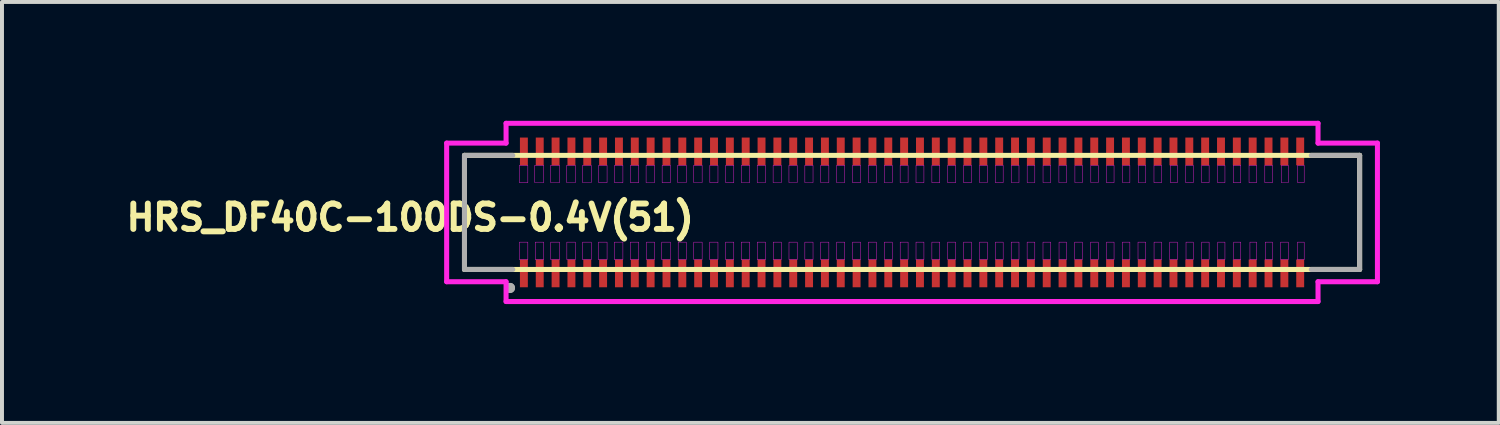
<source format=kicad_pcb>
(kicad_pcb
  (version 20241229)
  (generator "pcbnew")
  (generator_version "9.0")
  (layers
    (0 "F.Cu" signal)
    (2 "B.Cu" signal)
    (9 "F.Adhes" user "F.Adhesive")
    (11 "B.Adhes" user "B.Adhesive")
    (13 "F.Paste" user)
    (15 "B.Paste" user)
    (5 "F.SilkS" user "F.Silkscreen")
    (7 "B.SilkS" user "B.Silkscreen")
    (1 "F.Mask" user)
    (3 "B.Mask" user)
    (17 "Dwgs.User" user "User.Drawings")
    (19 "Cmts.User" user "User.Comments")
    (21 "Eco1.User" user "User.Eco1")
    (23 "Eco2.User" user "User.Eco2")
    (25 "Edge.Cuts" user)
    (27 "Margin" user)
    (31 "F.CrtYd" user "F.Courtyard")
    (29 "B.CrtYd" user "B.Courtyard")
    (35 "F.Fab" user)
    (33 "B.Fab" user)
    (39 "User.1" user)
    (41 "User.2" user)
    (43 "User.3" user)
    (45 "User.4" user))
  (footprint "HRS_DF40C-100DS-0.4V(51)"
    (layer "F.Cu")
    (at 19.977 2.313)
    (property "Reference" "HRS_DF40C-100DS-0.4V(51)" (at -12.671 0.128 180) (layer "F.SilkS") (effects (font (size 0.641 0.641) (thickness 0.15))))
    (attr through_hole)
    (fp_line (start -11.3 -1.44) (end 11.3 -1.44) (stroke (width 0.127) (type solid)) (layer "F.SilkS"))
    (fp_line (start -11.3 1.44) (end -11.3 -1.44) (stroke (width 0.127) (type solid)) (layer "F.SilkS"))
    (fp_line (start 11.3 -1.44) (end 11.3 1.44) (stroke (width 0.127) (type solid)) (layer "F.SilkS"))
    (fp_line (start 11.3 1.44) (end -11.3 1.44) (stroke (width 0.127) (type solid)) (layer "F.SilkS"))
    (fp_line (start -11.75 -1.75) (end -11.75 1.75) (stroke (width 0.127) (type solid)) (layer "F.CrtYd"))
    (fp_line (start -11.75 1.75) (end -10.25 1.75) (stroke (width 0.127) (type solid)) (layer "F.CrtYd"))
    (fp_line (start -10.25 -2.25) (end -10.25 -1.75) (stroke (width 0.127) (type solid)) (layer "F.CrtYd"))
    (fp_line (start -10.25 -1.75) (end -11.75 -1.75) (stroke (width 0.127) (type solid)) (layer "F.CrtYd"))
    (fp_line (start -10.25 1.75) (end -10.25 2.25) (stroke (width 0.127) (type solid)) (layer "F.CrtYd"))
    (fp_line (start -10.25 2.25) (end 10.25 2.25) (stroke (width 0.127) (type solid)) (layer "F.CrtYd"))
    (fp_line (start 10.25 -2.25) (end -10.25 -2.25) (stroke (width 0.127) (type solid)) (layer "F.CrtYd"))
    (fp_line (start 10.25 -1.75) (end 10.25 -2.25) (stroke (width 0.127) (type solid)) (layer "F.CrtYd"))
    (fp_line (start 10.25 1.75) (end 11.75 1.75) (stroke (width 0.127) (type solid)) (layer "F.CrtYd"))
    (fp_line (start 10.25 2.25) (end 10.25 1.75) (stroke (width 0.127) (type solid)) (layer "F.CrtYd"))
    (fp_line (start 11.75 -1.75) (end 10.25 -1.75) (stroke (width 0.127) (type solid)) (layer "F.CrtYd"))
    (fp_line (start 11.75 1.75) (end 11.75 -1.75) (stroke (width 0.127) (type solid)) (layer "F.CrtYd"))
    (fp_poly (pts (xy -9.914 -1.19) (xy -9.7 -1.19) (xy -9.7 -0.751) (xy -9.914 -0.751)) (stroke (width 0.01) (type solid)) (fill no) (layer "F.CrtYd"))
    (fp_poly (pts (xy -9.914 0.75) (xy -9.7 0.75) (xy -9.7 1.192) (xy -9.914 1.192)) (stroke (width 0.01) (type solid)) (fill no) (layer "F.CrtYd"))
    (fp_poly (pts (xy -9.525 -1.19) (xy -9.3 -1.19) (xy -9.3 -0.752) (xy -9.525 -0.752)) (stroke (width 0.01) (type solid)) (fill no) (layer "F.CrtYd"))
    (fp_poly (pts (xy -9.514 0.75) (xy -9.3 0.75) (xy -9.3 1.192) (xy -9.514 1.192)) (stroke (width 0.01) (type solid)) (fill no) (layer "F.CrtYd"))
    (fp_poly (pts (xy -9.124 -1.19) (xy -8.9 -1.19) (xy -8.9 -0.752) (xy -9.124 -0.752)) (stroke (width 0.01) (type solid)) (fill no) (layer "F.CrtYd"))
    (fp_poly (pts (xy -9.122 0.75) (xy -8.9 0.75) (xy -8.9 1.193) (xy -9.122 1.193)) (stroke (width 0.01) (type solid)) (fill no) (layer "F.CrtYd"))
    (fp_poly (pts (xy -8.719 -1.19) (xy -8.5 -1.19) (xy -8.5 -0.752) (xy -8.719 -0.752)) (stroke (width 0.01) (type solid)) (fill no) (layer "F.CrtYd"))
    (fp_poly (pts (xy -8.715 0.75) (xy -8.5 0.75) (xy -8.5 1.192) (xy -8.715 1.192)) (stroke (width 0.01) (type solid)) (fill no) (layer "F.CrtYd"))
    (fp_poly (pts (xy -8.319 0.75) (xy -8.1 0.75) (xy -8.1 1.193) (xy -8.319 1.193)) (stroke (width 0.01) (type solid)) (fill no) (layer "F.CrtYd"))
    (fp_poly (pts (xy -8.318 -1.19) (xy -8.1 -1.19) (xy -8.1 -0.752) (xy -8.318 -0.752)) (stroke (width 0.01) (type solid)) (fill no) (layer "F.CrtYd"))
    (fp_poly (pts (xy -7.919 0.75) (xy -7.7 0.75) (xy -7.7 1.193) (xy -7.919 1.193)) (stroke (width 0.01) (type solid)) (fill no) (layer "F.CrtYd"))
    (fp_poly (pts (xy -7.912 -1.19) (xy -7.7 -1.19) (xy -7.7 -0.751) (xy -7.912 -0.751)) (stroke (width 0.01) (type solid)) (fill no) (layer "F.CrtYd"))
    (fp_poly (pts (xy -7.517 0.75) (xy -7.3 0.75) (xy -7.3 1.193) (xy -7.517 1.193)) (stroke (width 0.01) (type solid)) (fill no) (layer "F.CrtYd"))
    (fp_poly (pts (xy -7.512 -1.19) (xy -7.3 -1.19) (xy -7.3 -0.751) (xy -7.512 -0.751)) (stroke (width 0.01) (type solid)) (fill no) (layer "F.CrtYd"))
    (fp_poly (pts (xy -7.114 0.75) (xy -6.9 0.75) (xy -6.9 1.192) (xy -7.114 1.192)) (stroke (width 0.01) (type solid)) (fill no) (layer "F.CrtYd"))
    (fp_poly (pts (xy -7.11 -1.19) (xy -6.9 -1.19) (xy -6.9 -0.751) (xy -7.11 -0.751)) (stroke (width 0.01) (type solid)) (fill no) (layer "F.CrtYd"))
    (fp_poly (pts (xy -6.715 -1.19) (xy -6.5 -1.19) (xy -6.5 -0.752) (xy -6.715 -0.752)) (stroke (width 0.01) (type solid)) (fill no) (layer "F.CrtYd"))
    (fp_poly (pts (xy -6.706 0.75) (xy -6.5 0.75) (xy -6.5 1.191) (xy -6.706 1.191)) (stroke (width 0.01) (type solid)) (fill no) (layer "F.CrtYd"))
    (fp_poly (pts (xy -6.319 0.75) (xy -6.1 0.75) (xy -6.1 1.194) (xy -6.319 1.194)) (stroke (width 0.01) (type solid)) (fill no) (layer "F.CrtYd"))
    (fp_poly (pts (xy -6.31 -1.19) (xy -6.1 -1.19) (xy -6.1 -0.751) (xy -6.31 -0.751)) (stroke (width 0.01) (type solid)) (fill no) (layer "F.CrtYd"))
    (fp_poly (pts (xy -5.918 -1.19) (xy -5.7 -1.19) (xy -5.7 -0.752) (xy -5.918 -0.752)) (stroke (width 0.01) (type solid)) (fill no) (layer "F.CrtYd"))
    (fp_poly (pts (xy -5.905 0.75) (xy -5.7 0.75) (xy -5.7 1.191) (xy -5.905 1.191)) (stroke (width 0.01) (type solid)) (fill no) (layer "F.CrtYd"))
    (fp_poly (pts (xy -5.513 -1.19) (xy -5.3 -1.19) (xy -5.3 -0.752) (xy -5.513 -0.752)) (stroke (width 0.01) (type solid)) (fill no) (layer "F.CrtYd"))
    (fp_poly (pts (xy -5.511 0.75) (xy -5.3 0.75) (xy -5.3 1.192) (xy -5.511 1.192)) (stroke (width 0.01) (type solid)) (fill no) (layer "F.CrtYd"))
    (fp_poly (pts (xy -5.11 0.75) (xy -4.9 0.75) (xy -4.9 1.192) (xy -5.11 1.192)) (stroke (width 0.01) (type solid)) (fill no) (layer "F.CrtYd"))
    (fp_poly (pts (xy -5.105 -1.19) (xy -4.9 -1.19) (xy -4.9 -0.751) (xy -5.105 -0.751)) (stroke (width 0.01) (type solid)) (fill no) (layer "F.CrtYd"))
    (fp_poly (pts (xy -4.709 0.75) (xy -4.5 0.75) (xy -4.5 1.192) (xy -4.709 1.192)) (stroke (width 0.01) (type solid)) (fill no) (layer "F.CrtYd"))
    (fp_poly (pts (xy -4.705 -1.19) (xy -4.5 -1.19) (xy -4.5 -0.751) (xy -4.705 -0.751)) (stroke (width 0.01) (type solid)) (fill no) (layer "F.CrtYd"))
    (fp_poly (pts (xy -4.313 0.75) (xy -4.1 0.75) (xy -4.1 1.194) (xy -4.313 1.194)) (stroke (width 0.01) (type solid)) (fill no) (layer "F.CrtYd"))
    (fp_poly (pts (xy -4.31 -1.19) (xy -4.1 -1.19) (xy -4.1 -0.752) (xy -4.31 -0.752)) (stroke (width 0.01) (type solid)) (fill no) (layer "F.CrtYd"))
    (fp_poly (pts (xy -3.91 -1.19) (xy -3.7 -1.19) (xy -3.7 -0.752) (xy -3.91 -0.752)) (stroke (width 0.01) (type solid)) (fill no) (layer "F.CrtYd"))
    (fp_poly (pts (xy -3.909 0.75) (xy -3.7 0.75) (xy -3.7 1.193) (xy -3.909 1.193)) (stroke (width 0.01) (type solid)) (fill no) (layer "F.CrtYd"))
    (fp_poly (pts (xy -3.508 -1.19) (xy -3.3 -1.19) (xy -3.3 -0.752) (xy -3.508 -0.752)) (stroke (width 0.01) (type solid)) (fill no) (layer "F.CrtYd"))
    (fp_poly (pts (xy -3.505 0.75) (xy -3.3 0.75) (xy -3.3 1.192) (xy -3.505 1.192)) (stroke (width 0.01) (type solid)) (fill no) (layer "F.CrtYd"))
    (fp_poly (pts (xy -3.108 -1.19) (xy -2.9 -1.19) (xy -2.9 -0.752) (xy -3.108 -0.752)) (stroke (width 0.01) (type solid)) (fill no) (layer "F.CrtYd"))
    (fp_poly (pts (xy -3.107 0.75) (xy -2.9 0.75) (xy -2.9 1.193) (xy -3.107 1.193)) (stroke (width 0.01) (type solid)) (fill no) (layer "F.CrtYd"))
    (fp_poly (pts (xy -2.706 0.75) (xy -2.5 0.75) (xy -2.5 1.193) (xy -2.706 1.193)) (stroke (width 0.01) (type solid)) (fill no) (layer "F.CrtYd"))
    (fp_poly (pts (xy -2.706 -1.19) (xy -2.5 -1.19) (xy -2.5 -0.752) (xy -2.706 -0.752)) (stroke (width 0.01) (type solid)) (fill no) (layer "F.CrtYd"))
    (fp_poly (pts (xy -2.307 0.75) (xy -2.1 0.75) (xy -2.1 1.194) (xy -2.307 1.194)) (stroke (width 0.01) (type solid)) (fill no) (layer "F.CrtYd"))
    (fp_poly (pts (xy -2.306 -1.19) (xy -2.1 -1.19) (xy -2.1 -0.752) (xy -2.306 -0.752)) (stroke (width 0.01) (type solid)) (fill no) (layer "F.CrtYd"))
    (fp_poly (pts (xy -1.905 -1.19) (xy -1.7 -1.19) (xy -1.7 -0.752) (xy -1.905 -0.752)) (stroke (width 0.01) (type solid)) (fill no) (layer "F.CrtYd"))
    (fp_poly (pts (xy -1.903 0.75) (xy -1.7 0.75) (xy -1.7 1.192) (xy -1.903 1.192)) (stroke (width 0.01) (type solid)) (fill no) (layer "F.CrtYd"))
    (fp_poly (pts (xy -1.503 0.75) (xy -1.3 0.75) (xy -1.3 1.192) (xy -1.503 1.192)) (stroke (width 0.01) (type solid)) (fill no) (layer "F.CrtYd"))
    (fp_poly (pts (xy -1.502 -1.19) (xy -1.3 -1.19) (xy -1.3 -0.751) (xy -1.502 -0.751)) (stroke (width 0.01) (type solid)) (fill no) (layer "F.CrtYd"))
    (fp_poly (pts (xy -1.103 -1.19) (xy -0.9 -1.19) (xy -0.9 -0.752) (xy -1.103 -0.752)) (stroke (width 0.01) (type solid)) (fill no) (layer "F.CrtYd"))
    (fp_poly (pts (xy -1.103 0.75) (xy -0.9 0.75) (xy -0.9 1.193) (xy -1.103 1.193)) (stroke (width 0.01) (type solid)) (fill no) (layer "F.CrtYd"))
    (fp_poly (pts (xy -0.702 -1.19) (xy -0.5 -1.19) (xy -0.5 -0.752) (xy -0.702 -0.752)) (stroke (width 0.01) (type solid)) (fill no) (layer "F.CrtYd"))
    (fp_poly (pts (xy -0.7 0.75) (xy -0.5 0.75) (xy -0.5 1.19) (xy -0.7 1.19)) (stroke (width 0.01) (type solid)) (fill no) (layer "F.CrtYd"))
    (fp_poly (pts (xy -0.301 -1.19) (xy -0.1 -1.19) (xy -0.1 -0.752) (xy -0.301 -0.752)) (stroke (width 0.01) (type solid)) (fill no) (layer "F.CrtYd"))
    (fp_poly (pts (xy -0.3 0.75) (xy -0.1 0.75) (xy -0.1 1.191) (xy -0.3 1.191)) (stroke (width 0.01) (type solid)) (fill no) (layer "F.CrtYd"))
    (fp_poly (pts (xy 0.1 -1.19) (xy 0.3 -1.19) (xy 0.3 -0.751) (xy 0.1 -0.751)) (stroke (width 0.01) (type solid)) (fill no) (layer "F.CrtYd"))
    (fp_poly (pts (xy 0.1 0.75) (xy 0.3 0.75) (xy 0.3 1.193) (xy 0.1 1.193)) (stroke (width 0.01) (type solid)) (fill no) (layer "F.CrtYd"))
    (fp_poly (pts (xy 0.501 -1.19) (xy 0.7 -1.19) (xy 0.7 -0.751) (xy 0.501 -0.751)) (stroke (width 0.01) (type solid)) (fill no) (layer "F.CrtYd"))
    (fp_poly (pts (xy 0.501 0.75) (xy 0.7 0.75) (xy 0.7 1.193) (xy 0.501 1.193)) (stroke (width 0.01) (type solid)) (fill no) (layer "F.CrtYd"))
    (fp_poly (pts (xy 0.9 -1.19) (xy 1.1 -1.19) (xy 1.1 -0.75) (xy 0.9 -0.75)) (stroke (width 0.01) (type solid)) (fill no) (layer "F.CrtYd"))
    (fp_poly (pts (xy 0.901 0.75) (xy 1.1 0.75) (xy 1.1 1.191) (xy 0.901 1.191)) (stroke (width 0.01) (type solid)) (fill no) (layer "F.CrtYd"))
    (fp_poly (pts (xy 1.301 -1.19) (xy 1.5 -1.19) (xy 1.5 -0.751) (xy 1.301 -0.751)) (stroke (width 0.01) (type solid)) (fill no) (layer "F.CrtYd"))
    (fp_poly (pts (xy 1.301 0.75) (xy 1.5 0.75) (xy 1.5 1.191) (xy 1.301 1.191)) (stroke (width 0.01) (type solid)) (fill no) (layer "F.CrtYd"))
    (fp_poly (pts (xy 1.703 0.75) (xy 1.9 0.75) (xy 1.9 1.192) (xy 1.703 1.192)) (stroke (width 0.01) (type solid)) (fill no) (layer "F.CrtYd"))
    (fp_poly (pts (xy 1.704 -1.19) (xy 1.9 -1.19) (xy 1.9 -0.752) (xy 1.704 -0.752)) (stroke (width 0.01) (type solid)) (fill no) (layer "F.CrtYd"))
    (fp_poly (pts (xy 2.103 -1.19) (xy 2.3 -1.19) (xy 2.3 -0.751) (xy 2.103 -0.751)) (stroke (width 0.01) (type solid)) (fill no) (layer "F.CrtYd"))
    (fp_poly (pts (xy 2.104 0.75) (xy 2.3 0.75) (xy 2.3 1.192) (xy 2.104 1.192)) (stroke (width 0.01) (type solid)) (fill no) (layer "F.CrtYd"))
    (fp_poly (pts (xy 2.503 0.75) (xy 2.7 0.75) (xy 2.7 1.191) (xy 2.503 1.191)) (stroke (width 0.01) (type solid)) (fill no) (layer "F.CrtYd"))
    (fp_poly (pts (xy 2.507 -1.19) (xy 2.7 -1.19) (xy 2.7 -0.752) (xy 2.507 -0.752)) (stroke (width 0.01) (type solid)) (fill no) (layer "F.CrtYd"))
    (fp_poly (pts (xy 2.905 0.75) (xy 3.1 0.75) (xy 3.1 1.192) (xy 2.905 1.192)) (stroke (width 0.01) (type solid)) (fill no) (layer "F.CrtYd"))
    (fp_poly (pts (xy 2.906 -1.19) (xy 3.1 -1.19) (xy 3.1 -0.752) (xy 2.906 -0.752)) (stroke (width 0.01) (type solid)) (fill no) (layer "F.CrtYd"))
    (fp_poly (pts (xy 3.306 0.75) (xy 3.5 0.75) (xy 3.5 1.192) (xy 3.306 1.192)) (stroke (width 0.01) (type solid)) (fill no) (layer "F.CrtYd"))
    (fp_poly (pts (xy 3.307 -1.19) (xy 3.5 -1.19) (xy 3.5 -0.752) (xy 3.307 -0.752)) (stroke (width 0.01) (type solid)) (fill no) (layer "F.CrtYd"))
    (fp_poly (pts (xy 3.708 -1.19) (xy 3.9 -1.19) (xy 3.9 -0.752) (xy 3.708 -0.752)) (stroke (width 0.01) (type solid)) (fill no) (layer "F.CrtYd"))
    (fp_poly (pts (xy 3.711 0.75) (xy 3.9 0.75) (xy 3.9 1.193) (xy 3.711 1.193)) (stroke (width 0.01) (type solid)) (fill no) (layer "F.CrtYd"))
    (fp_poly (pts (xy 4.105 0.75) (xy 4.3 0.75) (xy 4.3 1.191) (xy 4.105 1.191)) (stroke (width 0.01) (type solid)) (fill no) (layer "F.CrtYd"))
    (fp_poly (pts (xy 4.112 -1.19) (xy 4.3 -1.19) (xy 4.3 -0.752) (xy 4.112 -0.752)) (stroke (width 0.01) (type solid)) (fill no) (layer "F.CrtYd"))
    (fp_poly (pts (xy 4.508 0.75) (xy 4.7 0.75) (xy 4.7 1.192) (xy 4.508 1.192)) (stroke (width 0.01) (type solid)) (fill no) (layer "F.CrtYd"))
    (fp_poly (pts (xy 4.514 -1.19) (xy 4.7 -1.19) (xy 4.7 -0.752) (xy 4.514 -0.752)) (stroke (width 0.01) (type solid)) (fill no) (layer "F.CrtYd"))
    (fp_poly (pts (xy 4.908 -1.19) (xy 5.1 -1.19) (xy 5.1 -0.751) (xy 4.908 -0.751)) (stroke (width 0.01) (type solid)) (fill no) (layer "F.CrtYd"))
    (fp_poly (pts (xy 4.909 0.75) (xy 5.1 0.75) (xy 5.1 1.192) (xy 4.909 1.192)) (stroke (width 0.01) (type solid)) (fill no) (layer "F.CrtYd"))
    (fp_poly (pts (xy 5.31 0.75) (xy 5.5 0.75) (xy 5.5 1.192) (xy 5.31 1.192)) (stroke (width 0.01) (type solid)) (fill no) (layer "F.CrtYd"))
    (fp_poly (pts (xy 5.315 -1.19) (xy 5.5 -1.19) (xy 5.5 -0.752) (xy 5.315 -0.752)) (stroke (width 0.01) (type solid)) (fill no) (layer "F.CrtYd"))
    (fp_poly (pts (xy 5.705 0.75) (xy 5.9 0.75) (xy 5.9 1.191) (xy 5.705 1.191)) (stroke (width 0.01) (type solid)) (fill no) (layer "F.CrtYd"))
    (fp_poly (pts (xy 5.714 -1.19) (xy 5.9 -1.19) (xy 5.9 -0.752) (xy 5.714 -0.752)) (stroke (width 0.01) (type solid)) (fill no) (layer "F.CrtYd"))
    (fp_poly (pts (xy 6.108 -1.19) (xy 6.3 -1.19) (xy 6.3 -0.751) (xy 6.108 -0.751)) (stroke (width 0.01) (type solid)) (fill no) (layer "F.CrtYd"))
    (fp_poly (pts (xy 6.11 0.75) (xy 6.3 0.75) (xy 6.3 1.192) (xy 6.11 1.192)) (stroke (width 0.01) (type solid)) (fill no) (layer "F.CrtYd"))
    (fp_poly (pts (xy 6.506 0.75) (xy 6.7 0.75) (xy 6.7 1.191) (xy 6.506 1.191)) (stroke (width 0.01) (type solid)) (fill no) (layer "F.CrtYd"))
    (fp_poly (pts (xy 6.522 -1.19) (xy 6.7 -1.19) (xy 6.7 -0.753) (xy 6.522 -0.753)) (stroke (width 0.01) (type solid)) (fill no) (layer "F.CrtYd"))
    (fp_poly (pts (xy 6.909 -1.19) (xy 7.1 -1.19) (xy 7.1 -0.751) (xy 6.909 -0.751)) (stroke (width 0.01) (type solid)) (fill no) (layer "F.CrtYd"))
    (fp_poly (pts (xy 6.917 0.75) (xy 7.1 0.75) (xy 7.1 1.193) (xy 6.917 1.193)) (stroke (width 0.01) (type solid)) (fill no) (layer "F.CrtYd"))
    (fp_poly (pts (xy 7.312 -1.19) (xy 7.5 -1.19) (xy 7.5 -0.751) (xy 7.312 -0.751)) (stroke (width 0.01) (type solid)) (fill no) (layer "F.CrtYd"))
    (fp_poly (pts (xy 7.312 0.75) (xy 7.5 0.75) (xy 7.5 1.192) (xy 7.312 1.192)) (stroke (width 0.01) (type solid)) (fill no) (layer "F.CrtYd"))
    (fp_poly (pts (xy 7.714 -1.19) (xy 7.9 -1.19) (xy 7.9 -0.751) (xy 7.714 -0.751)) (stroke (width 0.01) (type solid)) (fill no) (layer "F.CrtYd"))
    (fp_poly (pts (xy 7.719 0.75) (xy 7.9 0.75) (xy 7.9 1.193) (xy 7.719 1.193)) (stroke (width 0.01) (type solid)) (fill no) (layer "F.CrtYd"))
    (fp_poly (pts (xy 8.11 -1.19) (xy 8.3 -1.19) (xy 8.3 -0.751) (xy 8.11 -0.751)) (stroke (width 0.01) (type solid)) (fill no) (layer "F.CrtYd"))
    (fp_poly (pts (xy 8.121 0.75) (xy 8.3 0.75) (xy 8.3 1.193) (xy 8.121 1.193)) (stroke (width 0.01) (type solid)) (fill no) (layer "F.CrtYd"))
    (fp_poly (pts (xy 8.508 -1.19) (xy 8.7 -1.19) (xy 8.7 -0.751) (xy 8.508 -0.751)) (stroke (width 0.01) (type solid)) (fill no) (layer "F.CrtYd"))
    (fp_poly (pts (xy 8.531 0.75) (xy 8.7 0.75) (xy 8.7 1.194) (xy 8.531 1.194)) (stroke (width 0.01) (type solid)) (fill no) (layer "F.CrtYd"))
    (fp_poly (pts (xy 8.907 -1.19) (xy 9.1 -1.19) (xy 9.1 -0.751) (xy 8.907 -0.751)) (stroke (width 0.01) (type solid)) (fill no) (layer "F.CrtYd"))
    (fp_poly (pts (xy 8.917 0.75) (xy 9.1 0.75) (xy 9.1 1.192) (xy 8.917 1.192)) (stroke (width 0.01) (type solid)) (fill no) (layer "F.CrtYd"))
    (fp_poly (pts (xy 9.305 0.75) (xy 9.5 0.75) (xy 9.5 1.191) (xy 9.305 1.191)) (stroke (width 0.01) (type solid)) (fill no) (layer "F.CrtYd"))
    (fp_poly (pts (xy 9.323 -1.19) (xy 9.5 -1.19) (xy 9.5 -0.752) (xy 9.323 -0.752)) (stroke (width 0.01) (type solid)) (fill no) (layer "F.CrtYd"))
    (fp_poly (pts (xy 9.73 0.75) (xy 9.9 0.75) (xy 9.9 1.194) (xy 9.73 1.194)) (stroke (width 0.01) (type solid)) (fill no) (layer "F.CrtYd"))
    (fp_poly (pts (xy 9.734 -1.19) (xy 9.9 -1.19) (xy 9.9 -0.753) (xy 9.734 -0.753)) (stroke (width 0.01) (type solid)) (fill no) (layer "F.CrtYd"))
    (fp_line (start -11.3 -1.44) (end -10.08 -1.44) (stroke (width 0.127) (type solid)) (layer "F.Fab"))
    (fp_line (start -11.3 1.44) (end -11.3 -1.44) (stroke (width 0.127) (type solid)) (layer "F.Fab"))
    (fp_line (start -10.16 1.905) (end -10.149 1.905) (stroke (width 0.25) (type solid)) (layer "F.Fab"))
    (fp_line (start -10.149 1.905) (end -10.149 1.911) (stroke (width 0.25) (type solid)) (layer "F.Fab"))
    (fp_line (start -10.08 1.44) (end -11.3 1.44) (stroke (width 0.127) (type solid)) (layer "F.Fab"))
    (fp_line (start 10.08 -1.44) (end 11.3 -1.44) (stroke (width 0.127) (type solid)) (layer "F.Fab"))
    (fp_line (start 11.3 -1.44) (end 11.3 1.44) (stroke (width 0.127) (type solid)) (layer "F.Fab"))
    (fp_line (start 11.3 1.44) (end 10.08 1.44) (stroke (width 0.127) (type solid)) (layer "F.Fab"))
    (pad "1" smd rect (at -9.8 1.54 180) (size 0.2 0.7) (layers "F.Cu" "F.Mask" "F.Paste"))
    (pad "2" smd rect (at -9.8 -1.54) (size 0.2 0.7) (layers "F.Cu" "F.Mask" "F.Paste"))
    (pad "3" smd rect (at -9.4 1.54 180) (size 0.2 0.7) (layers "F.Cu" "F.Mask" "F.Paste"))
    (pad "4" smd rect (at -9.4 -1.54) (size 0.2 0.7) (layers "F.Cu" "F.Mask" "F.Paste"))
    (pad "5" smd rect (at -9 1.54 180) (size 0.2 0.7) (layers "F.Cu" "F.Mask" "F.Paste"))
    (pad "6" smd rect (at -9 -1.54) (size 0.2 0.7) (layers "F.Cu" "F.Mask" "F.Paste"))
    (pad "7" smd rect (at -8.6 1.54 180) (size 0.2 0.7) (layers "F.Cu" "F.Mask" "F.Paste"))
    (pad "8" smd rect (at -8.6 -1.54) (size 0.2 0.7) (layers "F.Cu" "F.Mask" "F.Paste"))
    (pad "9" smd rect (at -8.2 1.54 180) (size 0.2 0.7) (layers "F.Cu" "F.Mask" "F.Paste"))
    (pad "10" smd rect (at -8.2 -1.54) (size 0.2 0.7) (layers "F.Cu" "F.Mask" "F.Paste"))
    (pad "11" smd rect (at -7.8 1.54 180) (size 0.2 0.7) (layers "F.Cu" "F.Mask" "F.Paste"))
    (pad "12" smd rect (at -7.8 -1.54) (size 0.2 0.7) (layers "F.Cu" "F.Mask" "F.Paste"))
    (pad "13" smd rect (at -7.4 1.54 180) (size 0.2 0.7) (layers "F.Cu" "F.Mask" "F.Paste"))
    (pad "14" smd rect (at -7.4 -1.54) (size 0.2 0.7) (layers "F.Cu" "F.Mask" "F.Paste"))
    (pad "15" smd rect (at -7 1.54 180) (size 0.2 0.7) (layers "F.Cu" "F.Mask" "F.Paste"))
    (pad "16" smd rect (at -7 -1.54) (size 0.2 0.7) (layers "F.Cu" "F.Mask" "F.Paste"))
    (pad "17" smd rect (at -6.6 1.54 180) (size 0.2 0.7) (layers "F.Cu" "F.Mask" "F.Paste"))
    (pad "18" smd rect (at -6.6 -1.54) (size 0.2 0.7) (layers "F.Cu" "F.Mask" "F.Paste"))
    (pad "19" smd rect (at -6.2 1.54 180) (size 0.2 0.7) (layers "F.Cu" "F.Mask" "F.Paste"))
    (pad "20" smd rect (at -6.2 -1.54) (size 0.2 0.7) (layers "F.Cu" "F.Mask" "F.Paste"))
    (pad "21" smd rect (at -5.8 1.54 180) (size 0.2 0.7) (layers "F.Cu" "F.Mask" "F.Paste"))
    (pad "22" smd rect (at -5.8 -1.54) (size 0.2 0.7) (layers "F.Cu" "F.Mask" "F.Paste"))
    (pad "23" smd rect (at -5.4 1.54 180) (size 0.2 0.7) (layers "F.Cu" "F.Mask" "F.Paste"))
    (pad "24" smd rect (at -5.4 -1.54) (size 0.2 0.7) (layers "F.Cu" "F.Mask" "F.Paste"))
    (pad "25" smd rect (at -5 1.54 180) (size 0.2 0.7) (layers "F.Cu" "F.Mask" "F.Paste"))
    (pad "26" smd rect (at -5 -1.54) (size 0.2 0.7) (layers "F.Cu" "F.Mask" "F.Paste"))
    (pad "27" smd rect (at -4.6 1.54 180) (size 0.2 0.7) (layers "F.Cu" "F.Mask" "F.Paste"))
    (pad "28" smd rect (at -4.6 -1.54) (size 0.2 0.7) (layers "F.Cu" "F.Mask" "F.Paste"))
    (pad "29" smd rect (at -4.2 1.54 180) (size 0.2 0.7) (layers "F.Cu" "F.Mask" "F.Paste"))
    (pad "30" smd rect (at -4.2 -1.54) (size 0.2 0.7) (layers "F.Cu" "F.Mask" "F.Paste"))
    (pad "31" smd rect (at -3.8 1.54 180) (size 0.2 0.7) (layers "F.Cu" "F.Mask" "F.Paste"))
    (pad "32" smd rect (at -3.8 -1.54) (size 0.2 0.7) (layers "F.Cu" "F.Mask" "F.Paste"))
    (pad "33" smd rect (at -3.4 1.54 180) (size 0.2 0.7) (layers "F.Cu" "F.Mask" "F.Paste"))
    (pad "34" smd rect (at -3.4 -1.54) (size 0.2 0.7) (layers "F.Cu" "F.Mask" "F.Paste"))
    (pad "35" smd rect (at -3 1.54 180) (size 0.2 0.7) (layers "F.Cu" "F.Mask" "F.Paste"))
    (pad "36" smd rect (at -3 -1.54) (size 0.2 0.7) (layers "F.Cu" "F.Mask" "F.Paste"))
    (pad "37" smd rect (at -2.6 1.54 180) (size 0.2 0.7) (layers "F.Cu" "F.Mask" "F.Paste"))
    (pad "38" smd rect (at -2.6 -1.54) (size 0.2 0.7) (layers "F.Cu" "F.Mask" "F.Paste"))
    (pad "39" smd rect (at -2.2 1.54 180) (size 0.2 0.7) (layers "F.Cu" "F.Mask" "F.Paste"))
    (pad "40" smd rect (at -2.2 -1.54) (size 0.2 0.7) (layers "F.Cu" "F.Mask" "F.Paste"))
    (pad "41" smd rect (at -1.8 1.54 180) (size 0.2 0.7) (layers "F.Cu" "F.Mask" "F.Paste"))
    (pad "42" smd rect (at -1.8 -1.54) (size 0.2 0.7) (layers "F.Cu" "F.Mask" "F.Paste"))
    (pad "43" smd rect (at -1.4 1.54 180) (size 0.2 0.7) (layers "F.Cu" "F.Mask" "F.Paste"))
    (pad "44" smd rect (at -1.4 -1.54) (size 0.2 0.7) (layers "F.Cu" "F.Mask" "F.Paste"))
    (pad "45" smd rect (at -1 1.54 180) (size 0.2 0.7) (layers "F.Cu" "F.Mask" "F.Paste"))
    (pad "46" smd rect (at -1 -1.54) (size 0.2 0.7) (layers "F.Cu" "F.Mask" "F.Paste"))
    (pad "47" smd rect (at -0.6 1.54 180) (size 0.2 0.7) (layers "F.Cu" "F.Mask" "F.Paste"))
    (pad "48" smd rect (at -0.6 -1.54) (size 0.2 0.7) (layers "F.Cu" "F.Mask" "F.Paste"))
    (pad "49" smd rect (at -0.2 1.54 180) (size 0.2 0.7) (layers "F.Cu" "F.Mask" "F.Paste"))
    (pad "50" smd rect (at -0.2 -1.54) (size 0.2 0.7) (layers "F.Cu" "F.Mask" "F.Paste"))
    (pad "51" smd rect (at 0.2 1.54 180) (size 0.2 0.7) (layers "F.Cu" "F.Mask" "F.Paste"))
    (pad "52" smd rect (at 0.2 -1.54) (size 0.2 0.7) (layers "F.Cu" "F.Mask" "F.Paste"))
    (pad "53" smd rect (at 0.6 1.54 180) (size 0.2 0.7) (layers "F.Cu" "F.Mask" "F.Paste"))
    (pad "54" smd rect (at 0.6 -1.54) (size 0.2 0.7) (layers "F.Cu" "F.Mask" "F.Paste"))
    (pad "55" smd rect (at 1 1.54 180) (size 0.2 0.7) (layers "F.Cu" "F.Mask" "F.Paste"))
    (pad "56" smd rect (at 1 -1.54) (size 0.2 0.7) (layers "F.Cu" "F.Mask" "F.Paste"))
    (pad "57" smd rect (at 1.4 1.54 180) (size 0.2 0.7) (layers "F.Cu" "F.Mask" "F.Paste"))
    (pad "58" smd rect (at 1.4 -1.54) (size 0.2 0.7) (layers "F.Cu" "F.Mask" "F.Paste"))
    (pad "59" smd rect (at 1.8 1.54 180) (size 0.2 0.7) (layers "F.Cu" "F.Mask" "F.Paste"))
    (pad "60" smd rect (at 1.8 -1.54) (size 0.2 0.7) (layers "F.Cu" "F.Mask" "F.Paste"))
    (pad "61" smd rect (at 2.2 1.54 180) (size 0.2 0.7) (layers "F.Cu" "F.Mask" "F.Paste"))
    (pad "62" smd rect (at 2.2 -1.54) (size 0.2 0.7) (layers "F.Cu" "F.Mask" "F.Paste"))
    (pad "63" smd rect (at 2.6 1.54 180) (size 0.2 0.7) (layers "F.Cu" "F.Mask" "F.Paste"))
    (pad "64" smd rect (at 2.6 -1.54) (size 0.2 0.7) (layers "F.Cu" "F.Mask" "F.Paste"))
    (pad "65" smd rect (at 3 1.54 180) (size 0.2 0.7) (layers "F.Cu" "F.Mask" "F.Paste"))
    (pad "66" smd rect (at 3 -1.54) (size 0.2 0.7) (layers "F.Cu" "F.Mask" "F.Paste"))
    (pad "67" smd rect (at 3.4 1.54 180) (size 0.2 0.7) (layers "F.Cu" "F.Mask" "F.Paste"))
    (pad "68" smd rect (at 3.4 -1.54) (size 0.2 0.7) (layers "F.Cu" "F.Mask" "F.Paste"))
    (pad "69" smd rect (at 3.8 1.54 180) (size 0.2 0.7) (layers "F.Cu" "F.Mask" "F.Paste"))
    (pad "70" smd rect (at 3.8 -1.54) (size 0.2 0.7) (layers "F.Cu" "F.Mask" "F.Paste"))
    (pad "71" smd rect (at 4.2 1.54 180) (size 0.2 0.7) (layers "F.Cu" "F.Mask" "F.Paste"))
    (pad "72" smd rect (at 4.2 -1.54) (size 0.2 0.7) (layers "F.Cu" "F.Mask" "F.Paste"))
    (pad "73" smd rect (at 4.6 1.54 180) (size 0.2 0.7) (layers "F.Cu" "F.Mask" "F.Paste"))
    (pad "74" smd rect (at 4.6 -1.54) (size 0.2 0.7) (layers "F.Cu" "F.Mask" "F.Paste"))
    (pad "75" smd rect (at 5 1.54 180) (size 0.2 0.7) (layers "F.Cu" "F.Mask" "F.Paste"))
    (pad "76" smd rect (at 5 -1.54) (size 0.2 0.7) (layers "F.Cu" "F.Mask" "F.Paste"))
    (pad "77" smd rect (at 5.4 1.54 180) (size 0.2 0.7) (layers "F.Cu" "F.Mask" "F.Paste"))
    (pad "78" smd rect (at 5.4 -1.54) (size 0.2 0.7) (layers "F.Cu" "F.Mask" "F.Paste"))
    (pad "79" smd rect (at 5.8 1.54 180) (size 0.2 0.7) (layers "F.Cu" "F.Mask" "F.Paste"))
    (pad "80" smd rect (at 5.8 -1.54) (size 0.2 0.7) (layers "F.Cu" "F.Mask" "F.Paste"))
    (pad "81" smd rect (at 6.2 1.54 180) (size 0.2 0.7) (layers "F.Cu" "F.Mask" "F.Paste"))
    (pad "82" smd rect (at 6.2 -1.54) (size 0.2 0.7) (layers "F.Cu" "F.Mask" "F.Paste"))
    (pad "83" smd rect (at 6.6 1.54 180) (size 0.2 0.7) (layers "F.Cu" "F.Mask" "F.Paste"))
    (pad "84" smd rect (at 6.6 -1.54) (size 0.2 0.7) (layers "F.Cu" "F.Mask" "F.Paste"))
    (pad "85" smd rect (at 7 1.54 180) (size 0.2 0.7) (layers "F.Cu" "F.Mask" "F.Paste"))
    (pad "86" smd rect (at 7 -1.54) (size 0.2 0.7) (layers "F.Cu" "F.Mask" "F.Paste"))
    (pad "87" smd rect (at 7.4 1.54 180) (size 0.2 0.7) (layers "F.Cu" "F.Mask" "F.Paste"))
    (pad "88" smd rect (at 7.4 -1.54) (size 0.2 0.7) (layers "F.Cu" "F.Mask" "F.Paste"))
    (pad "89" smd rect (at 7.8 1.54 180) (size 0.2 0.7) (layers "F.Cu" "F.Mask" "F.Paste"))
    (pad "90" smd rect (at 7.8 -1.54) (size 0.2 0.7) (layers "F.Cu" "F.Mask" "F.Paste"))
    (pad "91" smd rect (at 8.2 1.54 180) (size 0.2 0.7) (layers "F.Cu" "F.Mask" "F.Paste"))
    (pad "92" smd rect (at 8.2 -1.54) (size 0.2 0.7) (layers "F.Cu" "F.Mask" "F.Paste"))
    (pad "93" smd rect (at 8.6 1.54 180) (size 0.2 0.7) (layers "F.Cu" "F.Mask" "F.Paste"))
    (pad "94" smd rect (at 8.6 -1.54) (size 0.2 0.7) (layers "F.Cu" "F.Mask" "F.Paste"))
    (pad "95" smd rect (at 9 1.54 180) (size 0.2 0.7) (layers "F.Cu" "F.Mask" "F.Paste"))
    (pad "96" smd rect (at 9 -1.54) (size 0.2 0.7) (layers "F.Cu" "F.Mask" "F.Paste"))
    (pad "97" smd rect (at 9.4 1.54 180) (size 0.2 0.7) (layers "F.Cu" "F.Mask" "F.Paste"))
    (pad "98" smd rect (at 9.4 -1.54) (size 0.2 0.7) (layers "F.Cu" "F.Mask" "F.Paste"))
    (pad "99" smd rect (at 9.8 1.54 180) (size 0.2 0.7) (layers "F.Cu" "F.Mask" "F.Paste"))
    (pad "100" smd rect (at 9.8 -1.54) (size 0.2 0.7) (layers "F.Cu" "F.Mask" "F.Paste")))
  (gr_rect
    (start -3 -3)
    (end 34.79 7.627)
    (stroke (width 0.1) (type default))
    (fill no)
    (layer "Edge.Cuts")))
</source>
